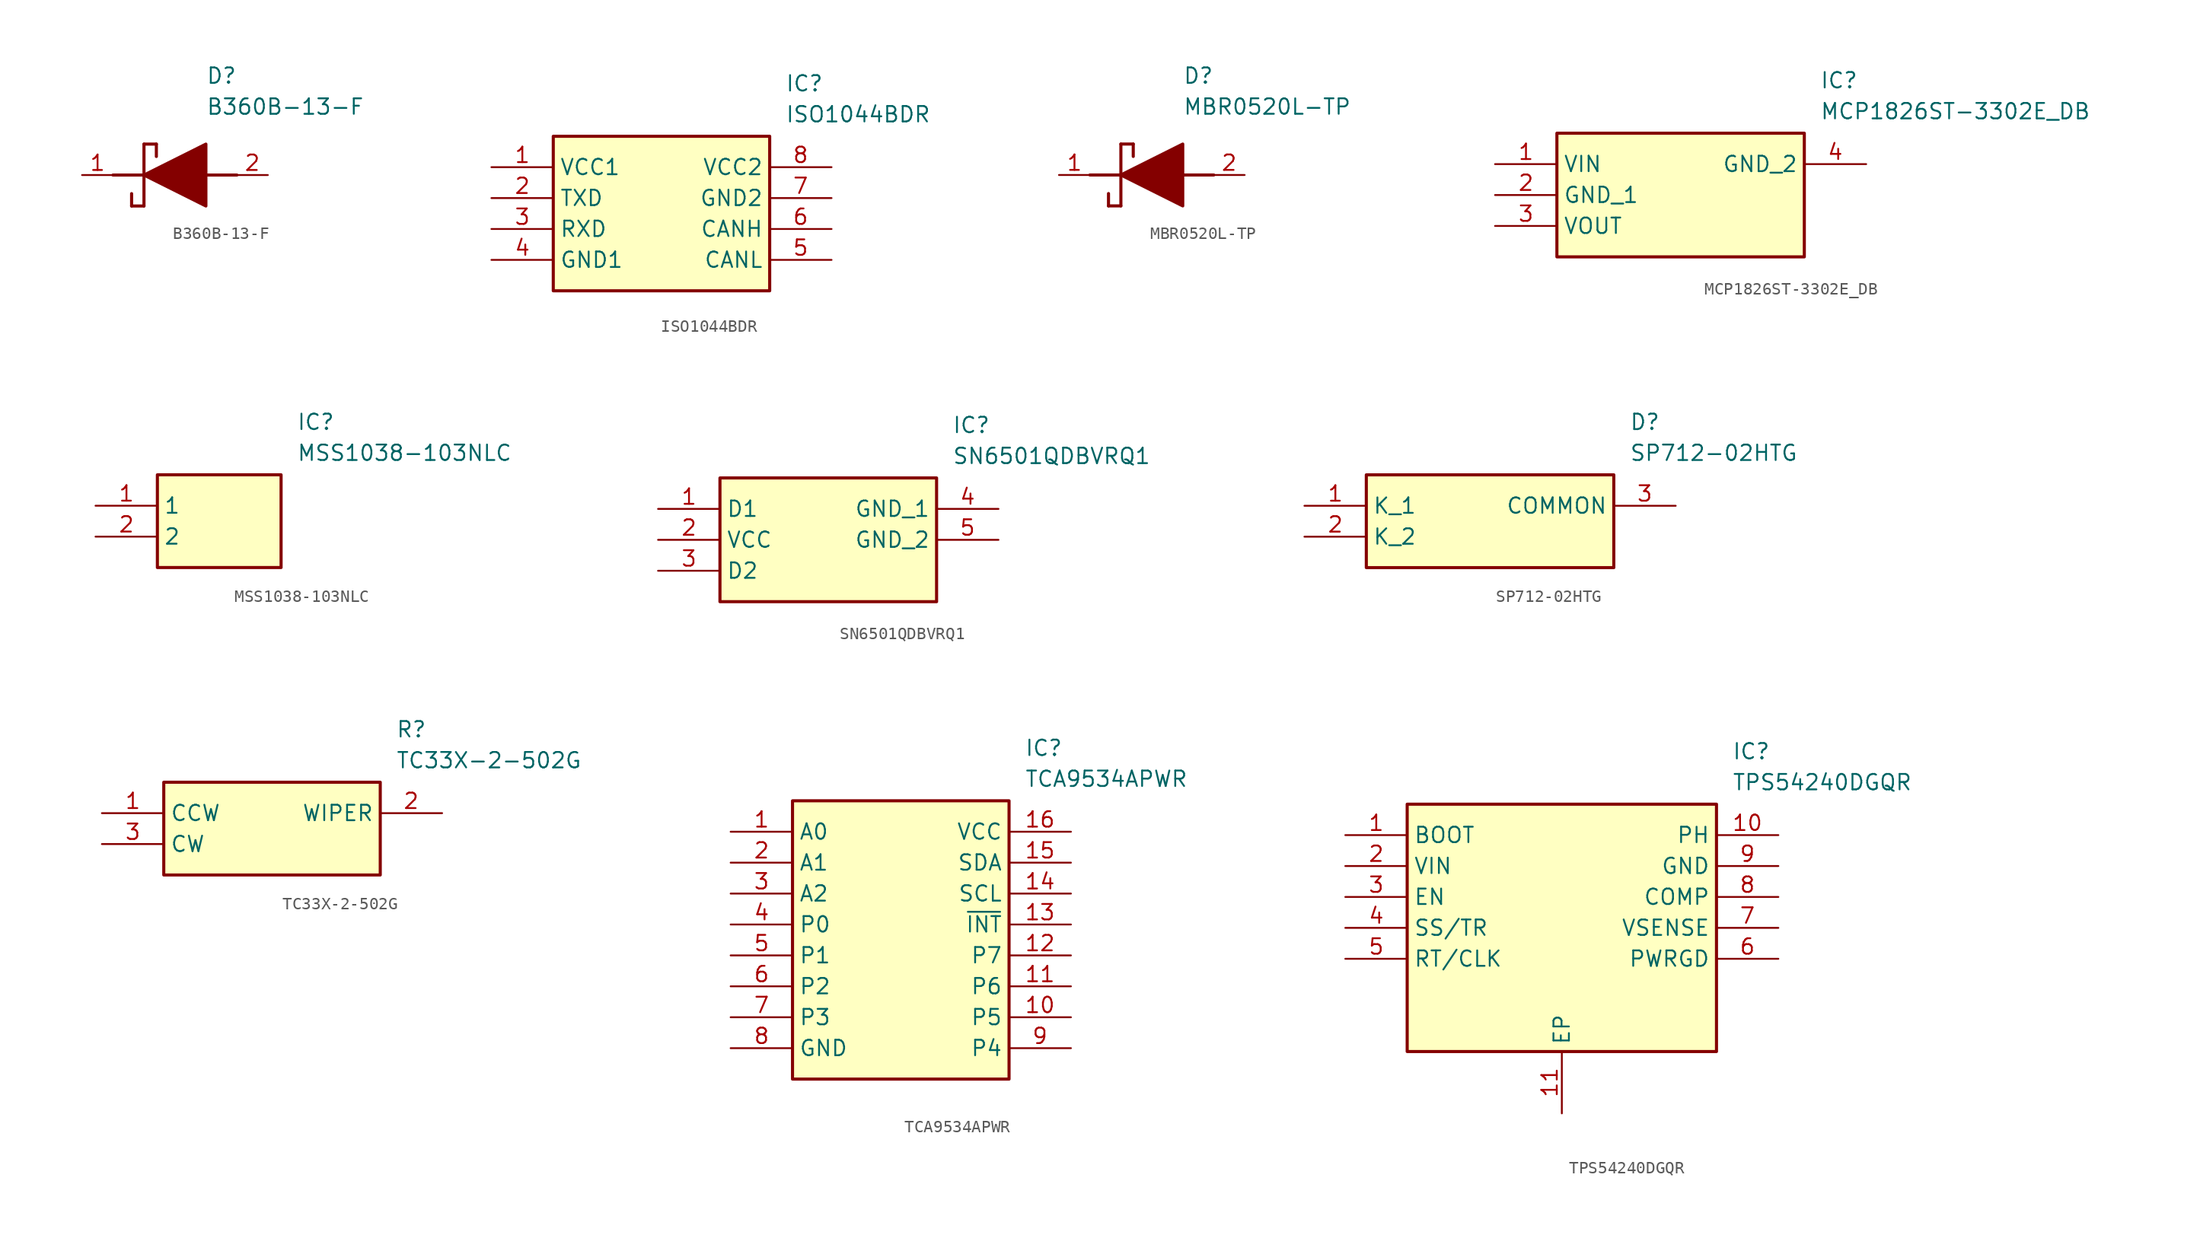
<source format=kicad_sym>
(kicad_symbol_lib
  (version 20220914)
  (generator SamacSys_ECAD_Model)
  (symbol "B360B-13-F"
    (pin_names hide)
    (property "Reference" "D"
      (at 12.7 8.89 0)
      (effects (font (size 1.27 1.27)) (justify left top)))
    (property "Value" "B360B-13-F"
      (at 12.7 6.35 0)
      (effects (font (size 1.27 1.27)) (justify left top)))
    (polyline
      (pts (xy 7.62 2.54) (xy 7.62 -2.54))
      (stroke (width 0.254) (type default))
      (fill (type none)))
    (polyline
      (pts (xy 7.62 2.54) (xy 8.636 2.54))
      (stroke (width 0.254) (type default))
      (fill (type none)))
    (polyline
      (pts (xy 8.636 1.524) (xy 8.636 2.54))
      (stroke (width 0.254) (type default))
      (fill (type none)))
    (polyline
      (pts (xy 7.62 -2.54) (xy 6.604 -2.54))
      (stroke (width 0.254) (type default))
      (fill (type none)))
    (polyline
      (pts (xy 6.604 -1.524) (xy 6.604 -2.54))
      (stroke (width 0.254) (type default))
      (fill (type none)))
    (polyline
      (pts (xy 5.08 0) (xy 7.62 0))
      (stroke (width 0.254) (type default))
      (fill (type none)))
    (polyline
      (pts (xy 12.7 0) (xy 15.24 0))
      (stroke (width 0.254) (type default))
      (fill (type none)))
    (polyline
      (pts (xy 7.62 0) (xy 12.7 2.54) (xy 12.7 -2.54) (xy 7.62 0))
      (stroke (width 0.254) (type default))
      (fill (type outline)))
    (pin passive line
      (at 2.54 0 0)
      (length 2.54)
      (name "K" (effects (font (size 1.27 1.27))))
      (number "1" (effects (font (size 1.27 1.27)))))
    (pin passive line
      (at 17.78 0 180)
      (length 2.54)
      (name "A" (effects (font (size 1.27 1.27))))
      (number "2" (effects (font (size 1.27 1.27))))))
  (symbol "ISO1044BDR"
    (property "Reference" "IC"
      (at 24.13 7.62 0)
      (effects (font (size 1.27 1.27)) (justify left top)))
    (property "Value" "ISO1044BDR"
      (at 24.13 5.08 0)
      (effects (font (size 1.27 1.27)) (justify left top)))
    (rectangle
      (start 5.08 2.54)
      (end 22.86 -10.16)
      (stroke (width 0.254) (type default))
      (fill (type background)))
    (pin passive line
      (at 0 0 0)
      (length 5.08)
      (name "VCC1" (effects (font (size 1.27 1.27))))
      (number "1" (effects (font (size 1.27 1.27)))))
    (pin passive line
      (at 0 -2.54 0)
      (length 5.08)
      (name "TXD" (effects (font (size 1.27 1.27))))
      (number "2" (effects (font (size 1.27 1.27)))))
    (pin passive line
      (at 0 -5.08 0)
      (length 5.08)
      (name "RXD" (effects (font (size 1.27 1.27))))
      (number "3" (effects (font (size 1.27 1.27)))))
    (pin passive line
      (at 0 -7.62 0)
      (length 5.08)
      (name "GND1" (effects (font (size 1.27 1.27))))
      (number "4" (effects (font (size 1.27 1.27)))))
    (pin passive line
      (at 27.94 0 180)
      (length 5.08)
      (name "VCC2" (effects (font (size 1.27 1.27))))
      (number "8" (effects (font (size 1.27 1.27)))))
    (pin passive line
      (at 27.94 -2.54 180)
      (length 5.08)
      (name "GND2" (effects (font (size 1.27 1.27))))
      (number "7" (effects (font (size 1.27 1.27)))))
    (pin passive line
      (at 27.94 -5.08 180)
      (length 5.08)
      (name "CANH" (effects (font (size 1.27 1.27))))
      (number "6" (effects (font (size 1.27 1.27)))))
    (pin passive line
      (at 27.94 -7.62 180)
      (length 5.08)
      (name "CANL" (effects (font (size 1.27 1.27))))
      (number "5" (effects (font (size 1.27 1.27))))))
  (symbol "MBR0520L-TP"
    (pin_names hide)
    (property "Reference" "D"
      (at 12.7 8.89 0)
      (effects (font (size 1.27 1.27)) (justify left top)))
    (property "Value" "MBR0520L-TP"
      (at 12.7 6.35 0)
      (effects (font (size 1.27 1.27)) (justify left top)))
    (polyline
      (pts (xy 7.62 2.54) (xy 7.62 -2.54))
      (stroke (width 0.254) (type default))
      (fill (type none)))
    (polyline
      (pts (xy 7.62 2.54) (xy 8.636 2.54))
      (stroke (width 0.254) (type default))
      (fill (type none)))
    (polyline
      (pts (xy 8.636 1.524) (xy 8.636 2.54))
      (stroke (width 0.254) (type default))
      (fill (type none)))
    (polyline
      (pts (xy 7.62 -2.54) (xy 6.604 -2.54))
      (stroke (width 0.254) (type default))
      (fill (type none)))
    (polyline
      (pts (xy 6.604 -1.524) (xy 6.604 -2.54))
      (stroke (width 0.254) (type default))
      (fill (type none)))
    (polyline
      (pts (xy 5.08 0) (xy 7.62 0))
      (stroke (width 0.254) (type default))
      (fill (type none)))
    (polyline
      (pts (xy 12.7 0) (xy 15.24 0))
      (stroke (width 0.254) (type default))
      (fill (type none)))
    (polyline
      (pts (xy 7.62 0) (xy 12.7 2.54) (xy 12.7 -2.54) (xy 7.62 0))
      (stroke (width 0.254) (type default))
      (fill (type outline)))
    (pin passive line
      (at 2.54 0 0)
      (length 2.54)
      (name "K" (effects (font (size 1.27 1.27))))
      (number "1" (effects (font (size 1.27 1.27)))))
    (pin passive line
      (at 17.78 0 180)
      (length 2.54)
      (name "A" (effects (font (size 1.27 1.27))))
      (number "2" (effects (font (size 1.27 1.27))))))
  (symbol "MCP1826ST-3302E_DB"
    (property "Reference" "IC"
      (at 26.67 7.62 0)
      (effects (font (size 1.27 1.27)) (justify left top)))
    (property "Value" "MCP1826ST-3302E_DB"
      (at 26.67 5.08 0)
      (effects (font (size 1.27 1.27)) (justify left top)))
    (rectangle
      (start 5.08 2.54)
      (end 25.4 -7.62)
      (stroke (width 0.254) (type default))
      (fill (type background)))
    (pin passive line
      (at 0 0 0)
      (length 5.08)
      (name "VIN" (effects (font (size 1.27 1.27))))
      (number "1" (effects (font (size 1.27 1.27)))))
    (pin passive line
      (at 0 -2.54 0)
      (length 5.08)
      (name "GND_1" (effects (font (size 1.27 1.27))))
      (number "2" (effects (font (size 1.27 1.27)))))
    (pin passive line
      (at 0 -5.08 0)
      (length 5.08)
      (name "VOUT" (effects (font (size 1.27 1.27))))
      (number "3" (effects (font (size 1.27 1.27)))))
    (pin passive line
      (at 30.48 0 180)
      (length 5.08)
      (name "GND_2" (effects (font (size 1.27 1.27))))
      (number "4" (effects (font (size 1.27 1.27))))))
  (symbol "MSS1038-103NLC"
    (property "Reference" "IC"
      (at 16.51 7.62 0)
      (effects (font (size 1.27 1.27)) (justify left top)))
    (property "Value" "MSS1038-103NLC"
      (at 16.51 5.08 0)
      (effects (font (size 1.27 1.27)) (justify left top)))
    (rectangle
      (start 5.08 2.54)
      (end 15.24 -5.08)
      (stroke (width 0.254) (type default))
      (fill (type background)))
    (pin passive line
      (at 0 0 0)
      (length 5.08)
      (name "1" (effects (font (size 1.27 1.27))))
      (number "1" (effects (font (size 1.27 1.27)))))
    (pin passive line
      (at 0 -2.54 0)
      (length 5.08)
      (name "2" (effects (font (size 1.27 1.27))))
      (number "2" (effects (font (size 1.27 1.27))))))
  (symbol "SN6501QDBVRQ1"
    (property "Reference" "IC"
      (at 24.13 7.62 0)
      (effects (font (size 1.27 1.27)) (justify left top)))
    (property "Value" "SN6501QDBVRQ1"
      (at 24.13 5.08 0)
      (effects (font (size 1.27 1.27)) (justify left top)))
    (rectangle
      (start 5.08 2.54)
      (end 22.86 -7.62)
      (stroke (width 0.254) (type default))
      (fill (type background)))
    (pin passive line
      (at 0 0 0)
      (length 5.08)
      (name "D1" (effects (font (size 1.27 1.27))))
      (number "1" (effects (font (size 1.27 1.27)))))
    (pin passive line
      (at 0 -2.54 0)
      (length 5.08)
      (name "VCC" (effects (font (size 1.27 1.27))))
      (number "2" (effects (font (size 1.27 1.27)))))
    (pin passive line
      (at 0 -5.08 0)
      (length 5.08)
      (name "D2" (effects (font (size 1.27 1.27))))
      (number "3" (effects (font (size 1.27 1.27)))))
    (pin passive line
      (at 27.94 0 180)
      (length 5.08)
      (name "GND_1" (effects (font (size 1.27 1.27))))
      (number "4" (effects (font (size 1.27 1.27)))))
    (pin passive line
      (at 27.94 -2.54 180)
      (length 5.08)
      (name "GND_2" (effects (font (size 1.27 1.27))))
      (number "5" (effects (font (size 1.27 1.27))))))
  (symbol "SP712-02HTG"
    (property "Reference" "D"
      (at 26.67 7.62 0)
      (effects (font (size 1.27 1.27)) (justify left top)))
    (property "Value" "SP712-02HTG"
      (at 26.67 5.08 0)
      (effects (font (size 1.27 1.27)) (justify left top)))
    (rectangle
      (start 5.08 2.54)
      (end 25.4 -5.08)
      (stroke (width 0.254) (type default))
      (fill (type background)))
    (pin passive line
      (at 0 0 0)
      (length 5.08)
      (name "K_1" (effects (font (size 1.27 1.27))))
      (number "1" (effects (font (size 1.27 1.27)))))
    (pin passive line
      (at 0 -2.54 0)
      (length 5.08)
      (name "K_2" (effects (font (size 1.27 1.27))))
      (number "2" (effects (font (size 1.27 1.27)))))
    (pin passive line
      (at 30.48 0 180)
      (length 5.08)
      (name "COMMON" (effects (font (size 1.27 1.27))))
      (number "3" (effects (font (size 1.27 1.27))))))
  (symbol "TC33X-2-502G"
    (property "Reference" "R"
      (at 24.13 7.62 0)
      (effects (font (size 1.27 1.27)) (justify left top)))
    (property "Value" "TC33X-2-502G"
      (at 24.13 5.08 0)
      (effects (font (size 1.27 1.27)) (justify left top)))
    (rectangle
      (start 5.08 2.54)
      (end 22.86 -5.08)
      (stroke (width 0.254) (type default))
      (fill (type background)))
    (pin passive line
      (at 0 0 0)
      (length 5.08)
      (name "CCW" (effects (font (size 1.27 1.27))))
      (number "1" (effects (font (size 1.27 1.27)))))
    (pin passive line
      (at 27.94 0 180)
      (length 5.08)
      (name "WIPER" (effects (font (size 1.27 1.27))))
      (number "2" (effects (font (size 1.27 1.27)))))
    (pin passive line
      (at 0 -2.54 0)
      (length 5.08)
      (name "CW" (effects (font (size 1.27 1.27))))
      (number "3" (effects (font (size 1.27 1.27))))))
  (symbol "TCA9534APWR"
    (property "Reference" "IC"
      (at 24.13 7.62 0)
      (effects (font (size 1.27 1.27)) (justify left top)))
    (property "Value" "TCA9534APWR"
      (at 24.13 5.08 0)
      (effects (font (size 1.27 1.27)) (justify left top)))
    (rectangle
      (start 5.08 2.54)
      (end 22.86 -20.32)
      (stroke (width 0.254) (type default))
      (fill (type background)))
    (pin passive line
      (at 0 0 0)
      (length 5.08)
      (name "A0" (effects (font (size 1.27 1.27))))
      (number "1" (effects (font (size 1.27 1.27)))))
    (pin passive line
      (at 0 -2.54 0)
      (length 5.08)
      (name "A1" (effects (font (size 1.27 1.27))))
      (number "2" (effects (font (size 1.27 1.27)))))
    (pin passive line
      (at 0 -5.08 0)
      (length 5.08)
      (name "A2" (effects (font (size 1.27 1.27))))
      (number "3" (effects (font (size 1.27 1.27)))))
    (pin passive line
      (at 0 -7.62 0)
      (length 5.08)
      (name "P0" (effects (font (size 1.27 1.27))))
      (number "4" (effects (font (size 1.27 1.27)))))
    (pin passive line
      (at 0 -10.16 0)
      (length 5.08)
      (name "P1" (effects (font (size 1.27 1.27))))
      (number "5" (effects (font (size 1.27 1.27)))))
    (pin passive line
      (at 0 -12.7 0)
      (length 5.08)
      (name "P2" (effects (font (size 1.27 1.27))))
      (number "6" (effects (font (size 1.27 1.27)))))
    (pin passive line
      (at 0 -15.24 0)
      (length 5.08)
      (name "P3" (effects (font (size 1.27 1.27))))
      (number "7" (effects (font (size 1.27 1.27)))))
    (pin passive line
      (at 0 -17.78 0)
      (length 5.08)
      (name "GND" (effects (font (size 1.27 1.27))))
      (number "8" (effects (font (size 1.27 1.27)))))
    (pin passive line
      (at 27.94 0 180)
      (length 5.08)
      (name "VCC" (effects (font (size 1.27 1.27))))
      (number "16" (effects (font (size 1.27 1.27)))))
    (pin passive line
      (at 27.94 -2.54 180)
      (length 5.08)
      (name "SDA" (effects (font (size 1.27 1.27))))
      (number "15" (effects (font (size 1.27 1.27)))))
    (pin passive line
      (at 27.94 -5.08 180)
      (length 5.08)
      (name "SCL" (effects (font (size 1.27 1.27))))
      (number "14" (effects (font (size 1.27 1.27)))))
    (pin passive line
      (at 27.94 -7.62 180)
      (length 5.08)
      (name "~{INT}" (effects (font (size 1.27 1.27))))
      (number "13" (effects (font (size 1.27 1.27)))))
    (pin passive line
      (at 27.94 -10.16 180)
      (length 5.08)
      (name "P7" (effects (font (size 1.27 1.27))))
      (number "12" (effects (font (size 1.27 1.27)))))
    (pin passive line
      (at 27.94 -12.7 180)
      (length 5.08)
      (name "P6" (effects (font (size 1.27 1.27))))
      (number "11" (effects (font (size 1.27 1.27)))))
    (pin passive line
      (at 27.94 -15.24 180)
      (length 5.08)
      (name "P5" (effects (font (size 1.27 1.27))))
      (number "10" (effects (font (size 1.27 1.27)))))
    (pin passive line
      (at 27.94 -17.78 180)
      (length 5.08)
      (name "P4" (effects (font (size 1.27 1.27))))
      (number "9" (effects (font (size 1.27 1.27))))))
  (symbol "TPS54240DGQR"
    (property "Reference" "IC"
      (at 31.75 7.62 0)
      (effects (font (size 1.27 1.27)) (justify left top)))
    (property "Value" "TPS54240DGQR"
      (at 31.75 5.08 0)
      (effects (font (size 1.27 1.27)) (justify left top)))
    (rectangle
      (start 5.08 2.54)
      (end 30.48 -17.78)
      (stroke (width 0.254) (type default))
      (fill (type background)))
    (pin passive line
      (at 0 0 0)
      (length 5.08)
      (name "BOOT" (effects (font (size 1.27 1.27))))
      (number "1" (effects (font (size 1.27 1.27)))))
    (pin passive line
      (at 0 -2.54 0)
      (length 5.08)
      (name "VIN" (effects (font (size 1.27 1.27))))
      (number "2" (effects (font (size 1.27 1.27)))))
    (pin passive line
      (at 0 -5.08 0)
      (length 5.08)
      (name "EN" (effects (font (size 1.27 1.27))))
      (number "3" (effects (font (size 1.27 1.27)))))
    (pin passive line
      (at 0 -7.62 0)
      (length 5.08)
      (name "SS/TR" (effects (font (size 1.27 1.27))))
      (number "4" (effects (font (size 1.27 1.27)))))
    (pin passive line
      (at 0 -10.16 0)
      (length 5.08)
      (name "RT/CLK" (effects (font (size 1.27 1.27))))
      (number "5" (effects (font (size 1.27 1.27)))))
    (pin passive line
      (at 17.78 -22.86 90)
      (length 5.08)
      (name "EP" (effects (font (size 1.27 1.27))))
      (number "11" (effects (font (size 1.27 1.27)))))
    (pin passive line
      (at 35.56 0 180)
      (length 5.08)
      (name "PH" (effects (font (size 1.27 1.27))))
      (number "10" (effects (font (size 1.27 1.27)))))
    (pin passive line
      (at 35.56 -2.54 180)
      (length 5.08)
      (name "GND" (effects (font (size 1.27 1.27))))
      (number "9" (effects (font (size 1.27 1.27)))))
    (pin passive line
      (at 35.56 -5.08 180)
      (length 5.08)
      (name "COMP" (effects (font (size 1.27 1.27))))
      (number "8" (effects (font (size 1.27 1.27)))))
    (pin passive line
      (at 35.56 -7.62 180)
      (length 5.08)
      (name "VSENSE" (effects (font (size 1.27 1.27))))
      (number "7" (effects (font (size 1.27 1.27)))))
    (pin passive line
      (at 35.56 -10.16 180)
      (length 5.08)
      (name "PWRGD" (effects (font (size 1.27 1.27))))
      (number "6" (effects (font (size 1.27 1.27)))))))
</source>
